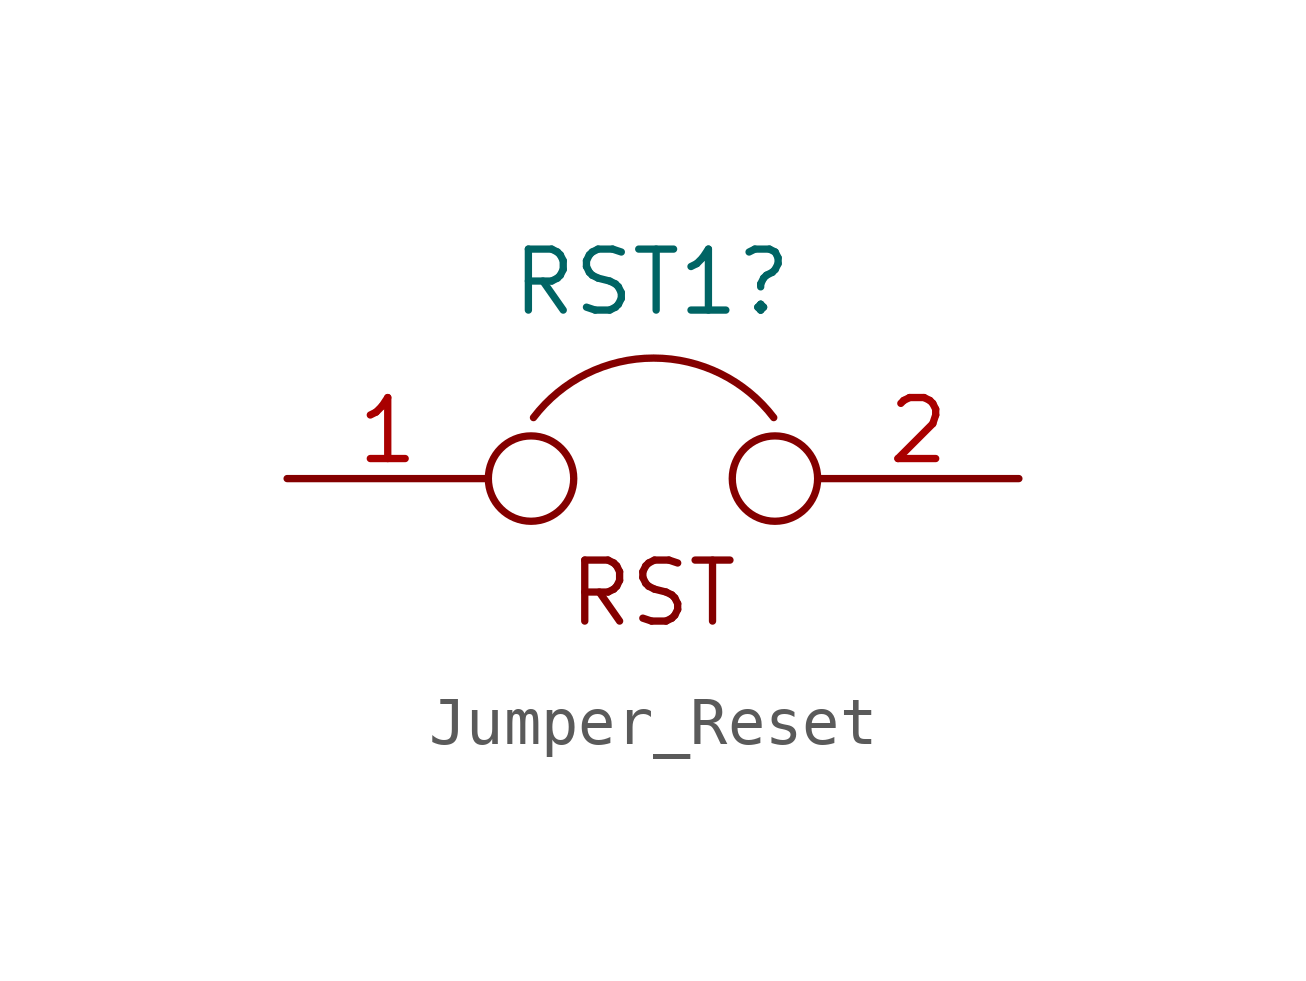
<source format=kicad_sym>
(kicad_symbol_lib
  (version 20220914)
  (generator kicad_symbol_editor)
  (symbol "Jumper_Reset"
    (pin_names
      (offset 0.762) hide)
    (property "Reference" "RST1"
      (at -0.025 4.089 0)
      (do_not_autoplace)
      (effects (font (size 1.27 1.27))))
    (symbol "Jumper_Reset_0_1"
      (circle (center -2.54 0) (radius 0.889) (stroke (width 0) (type default)) (fill (type none)))
      (arc (start 2.5146 1.27) (mid 0.0078 2.5097) (end -2.4892 1.27) (stroke (width 0) (type default)) (fill (type none)))
      (circle (center 2.54 0) (radius 0.889) (stroke (width 0) (type default)) (fill (type none)))
      (pin passive line (at -7.62 0 0) (length 4.191) (name "1" (effects (font (size 1.27 1.27)))) (number "1" (effects (font (size 1.27 1.27)))))
      (pin passive line (at 7.62 0 180) (length 4.191) (name "2" (effects (font (size 1.27 1.27)))) (number "2" (effects (font (size 1.27 1.27))))))
    (symbol "Jumper_Reset_1_1"
      (text "RST" (at 0 -2.388 0) (effects (font (size 1.27 1.27)))))))
</source>
